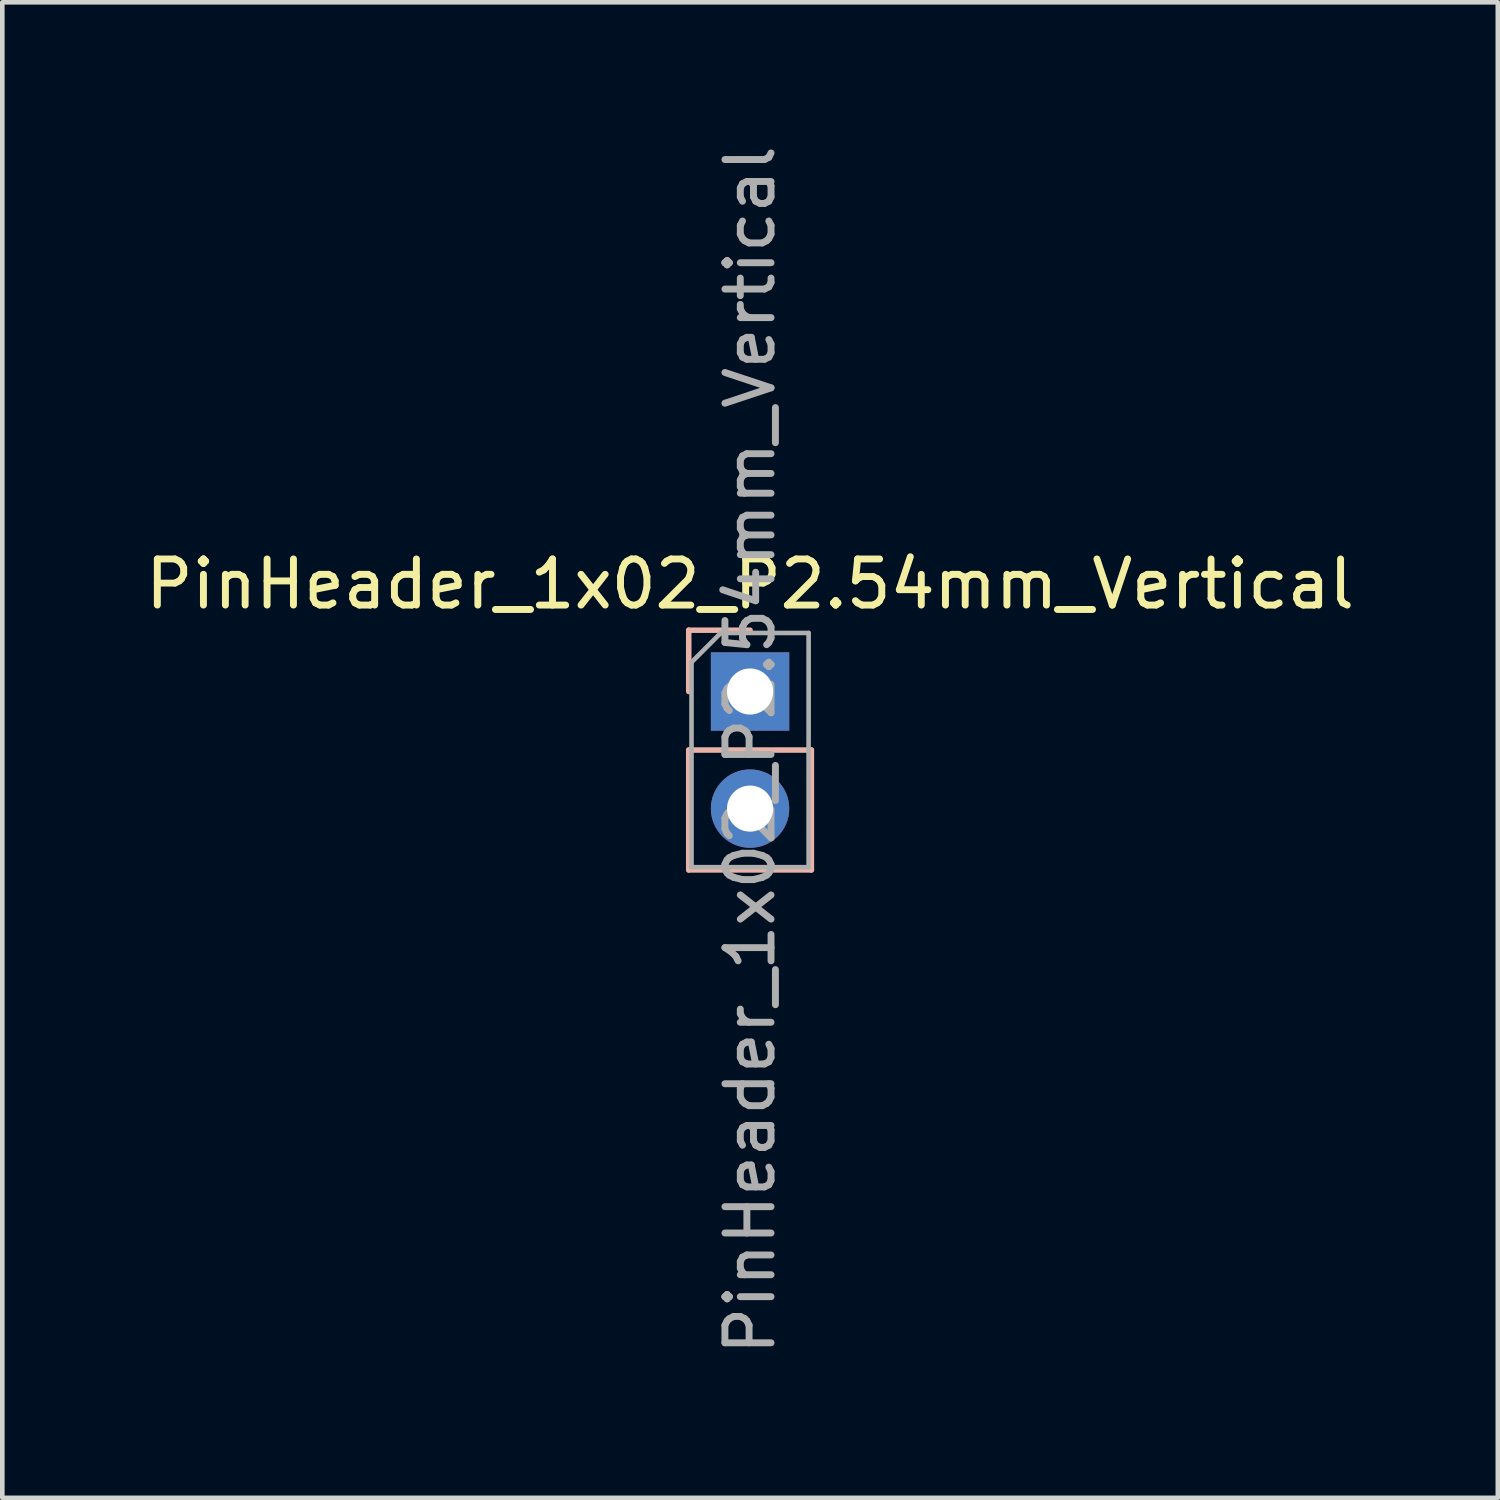
<source format=kicad_pcb>
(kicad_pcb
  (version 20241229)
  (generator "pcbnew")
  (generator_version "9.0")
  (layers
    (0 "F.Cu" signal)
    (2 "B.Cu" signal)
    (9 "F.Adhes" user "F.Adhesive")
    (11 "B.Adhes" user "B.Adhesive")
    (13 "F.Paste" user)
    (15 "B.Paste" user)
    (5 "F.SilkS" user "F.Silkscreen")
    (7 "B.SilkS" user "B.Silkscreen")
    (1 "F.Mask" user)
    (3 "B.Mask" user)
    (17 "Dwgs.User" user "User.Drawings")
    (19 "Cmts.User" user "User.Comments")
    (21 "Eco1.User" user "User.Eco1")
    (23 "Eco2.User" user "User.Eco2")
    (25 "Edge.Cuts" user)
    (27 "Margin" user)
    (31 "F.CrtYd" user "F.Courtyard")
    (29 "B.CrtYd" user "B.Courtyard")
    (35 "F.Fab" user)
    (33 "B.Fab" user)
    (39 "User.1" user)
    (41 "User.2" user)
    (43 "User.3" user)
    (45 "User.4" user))
  (footprint "PinHeader_1x02_P2.54mm_Vertical"
    (layer "F.Cu")
    (at 13.22 11.95)
    (property "Reference" "PinHeader_1x02_P2.54mm_Vertical" (at 0 -2.33 0) (layer "F.SilkS") (effects (font (size 1 1) (thickness 0.15))))
    (attr through_hole)
    (fp_line (start -1.33 -1.33) (end 0 -1.33) (stroke (width 0.12) (type solid)) (layer "B.SilkS"))
    (fp_line (start -1.33 0) (end -1.33 -1.33) (stroke (width 0.12) (type solid)) (layer "B.SilkS"))
    (fp_line (start -1.33 1.27) (end -1.33 3.87) (stroke (width 0.12) (type solid)) (layer "B.SilkS"))
    (fp_line (start -1.33 1.27) (end 1.33 1.27) (stroke (width 0.12) (type solid)) (layer "B.SilkS"))
    (fp_line (start -1.33 3.87) (end 1.33 3.87) (stroke (width 0.12) (type solid)) (layer "B.SilkS"))
    (fp_line (start 1.33 1.27) (end 1.33 3.87) (stroke (width 0.12) (type solid)) (layer "B.SilkS"))
    (fp_line (start -1.27 -0.635) (end -0.635 -1.27) (stroke (width 0.1) (type solid)) (layer "F.Fab"))
    (fp_line (start -1.27 3.81) (end -1.27 -0.635) (stroke (width 0.1) (type solid)) (layer "F.Fab"))
    (fp_line (start -0.635 -1.27) (end 1.27 -1.27) (stroke (width 0.1) (type solid)) (layer "F.Fab"))
    (fp_line (start 1.27 -1.27) (end 1.27 3.81) (stroke (width 0.1) (type solid)) (layer "F.Fab"))
    (fp_line (start 1.27 3.81) (end -1.27 3.81) (stroke (width 0.1) (type solid)) (layer "F.Fab"))
    (fp_text user "${REFERENCE}" (at 0 1.27 90) (layer "F.Fab") (effects (font (size 1 1) (thickness 0.15))))
    (pad "1" thru_hole rect (at 0 0) (size 1.7 1.7) (drill 1) (layers "*.Cu" "*.Mask"))
    (pad "2" thru_hole oval (at 0 2.54) (size 1.7 1.7) (drill 1) (layers "*.Cu" "*.Mask")))
  (gr_rect
    (start -3 -3)
    (end 29.44 29.44)
    (stroke (width 0.1) (type default))
    (fill no)
    (layer "Edge.Cuts")))
</source>
